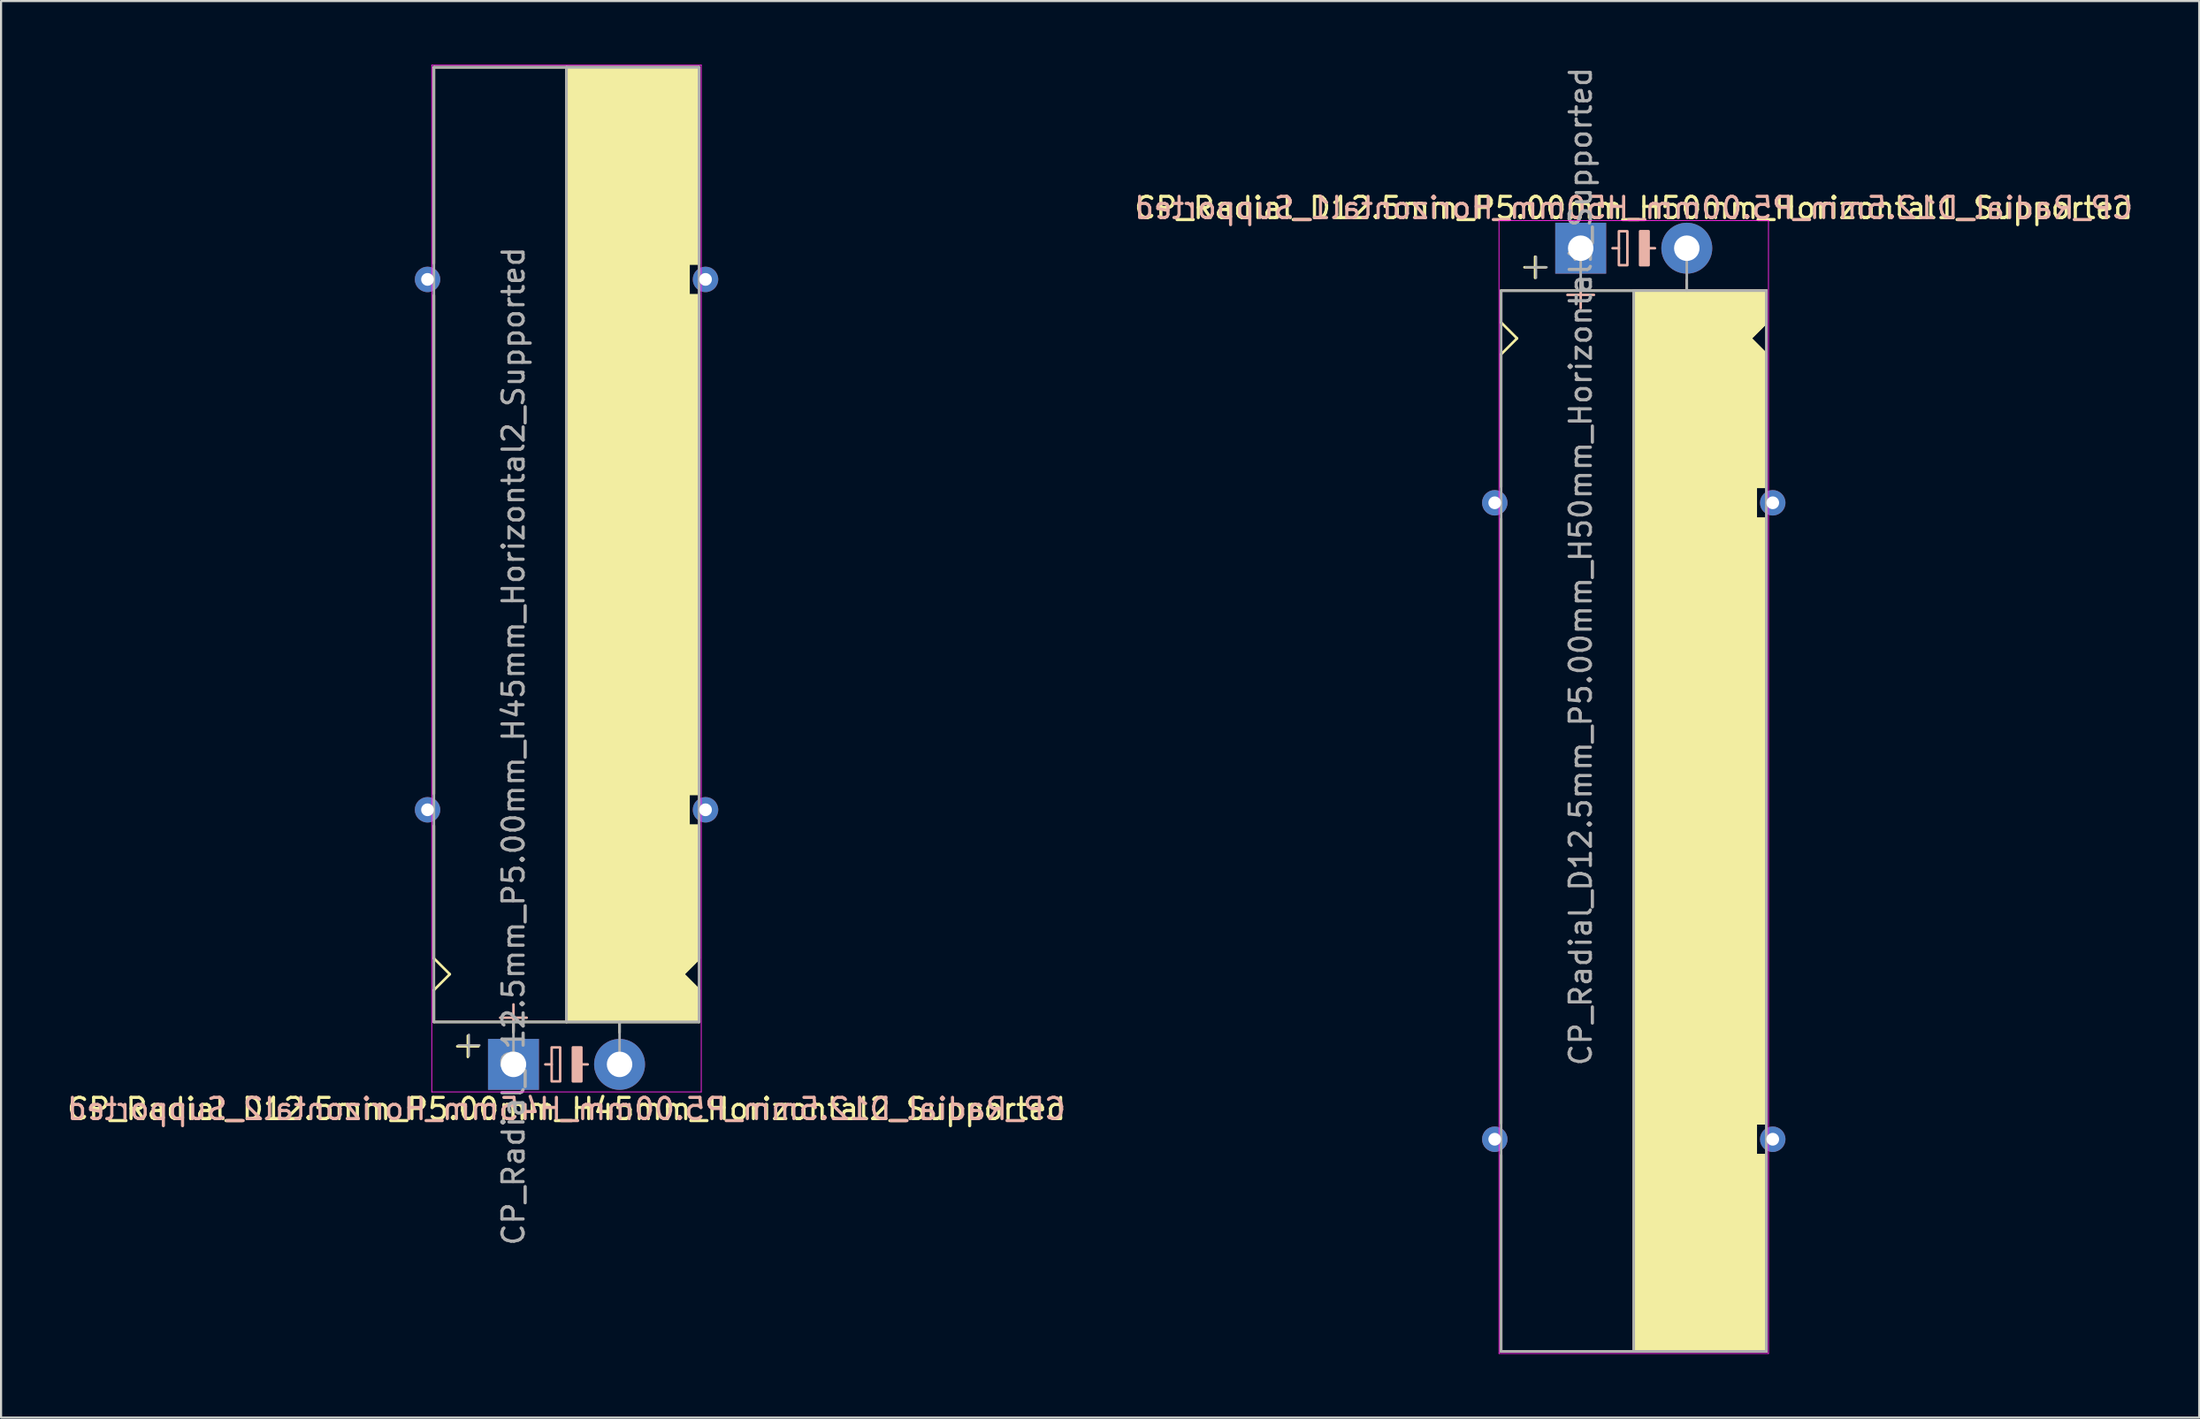
<source format=kicad_pcb>
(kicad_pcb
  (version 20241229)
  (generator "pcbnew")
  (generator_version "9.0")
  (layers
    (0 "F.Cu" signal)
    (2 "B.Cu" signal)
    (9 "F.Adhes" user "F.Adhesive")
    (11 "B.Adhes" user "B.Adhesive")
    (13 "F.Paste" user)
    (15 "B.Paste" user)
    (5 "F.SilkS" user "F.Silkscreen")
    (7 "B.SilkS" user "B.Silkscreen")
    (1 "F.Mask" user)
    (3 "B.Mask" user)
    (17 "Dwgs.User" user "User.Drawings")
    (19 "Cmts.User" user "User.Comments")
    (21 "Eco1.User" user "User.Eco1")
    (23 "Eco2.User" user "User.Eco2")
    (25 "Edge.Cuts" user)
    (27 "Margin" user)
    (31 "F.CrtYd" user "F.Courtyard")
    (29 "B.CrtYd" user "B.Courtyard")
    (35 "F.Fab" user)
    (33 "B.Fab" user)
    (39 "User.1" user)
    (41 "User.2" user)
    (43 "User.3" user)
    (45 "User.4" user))
  (footprint "CP_Radial_D12.5mm_P5.00mm_H50mm_Horizontal1_Supported"
    (layer "F.Cu")
    (at 71.446 8.649)
    (property "Reference" "CP_Radial_D12.5mm_P5.00mm_H50mm_Horizontal1_Supported" (at 2.5 -1.9 180) (layer "F.SilkS") (effects (font (size 1 1) (thickness 0.15))))
    (fp_line (start -3.75 2) (end -3.75 3.5) (stroke (width 0.12) (type solid)) (layer "F.SilkS"))
    (fp_line (start -3.75 3.5) (end -3 4.25) (stroke (width 0.12) (type solid)) (layer "F.SilkS"))
    (fp_line (start -3.75 5) (end -3.75 11.25) (stroke (width 0.12) (type solid)) (layer "F.SilkS"))
    (fp_line (start -3.75 12.75) (end -3.75 41.25) (stroke (width 0.12) (type solid)) (layer "F.SilkS"))
    (fp_line (start -3.75 52) (end -3.75 42.75) (stroke (width 0.12) (type solid)) (layer "F.SilkS"))
    (fp_line (start -3 4.25) (end -3.75 5) (stroke (width 0.12) (type solid)) (layer "F.SilkS"))
    (fp_line (start -2.15 0.4) (end -2.15 1.4) (stroke (width 0.12) (type solid)) (layer "F.SilkS"))
    (fp_line (start -1.65 0.9) (end -2.65 0.9) (stroke (width 0.12) (type solid)) (layer "F.SilkS"))
    (fp_line (start 0 1.5) (end 0 2) (stroke (width 0.12) (type solid)) (layer "F.SilkS"))
    (fp_line (start 2.5 2) (end -3.75 2) (stroke (width 0.12) (type solid)) (layer "F.SilkS"))
    (fp_line (start 2.5 2) (end 2.5 52) (stroke (width 0.12) (type solid)) (layer "F.SilkS"))
    (fp_line (start 2.5 2) (end 8.75 2) (stroke (width 0.12) (type solid)) (layer "F.SilkS"))
    (fp_line (start 5 1.5) (end 5 2) (stroke (width 0.12) (type solid)) (layer "F.SilkS"))
    (fp_line (start 8 4.25) (end 8.75 5) (stroke (width 0.12) (type solid)) (layer "F.SilkS"))
    (fp_line (start 8.25 11.25) (end 8.75 11.25) (stroke (width 0.12) (type solid)) (layer "F.SilkS"))
    (fp_line (start 8.25 12.75) (end 8.25 11.25) (stroke (width 0.12) (type solid)) (layer "F.SilkS"))
    (fp_line (start 8.25 41.25) (end 8.75 41.25) (stroke (width 0.12) (type solid)) (layer "F.SilkS"))
    (fp_line (start 8.25 42.75) (end 8.25 41.25) (stroke (width 0.12) (type solid)) (layer "F.SilkS"))
    (fp_line (start 8.75 2) (end 8.75 3.5) (stroke (width 0.12) (type solid)) (layer "F.SilkS"))
    (fp_line (start 8.75 3.5) (end 8 4.25) (stroke (width 0.12) (type solid)) (layer "F.SilkS"))
    (fp_line (start 8.75 5) (end 8.75 11.25) (stroke (width 0.12) (type solid)) (layer "F.SilkS"))
    (fp_line (start 8.75 12.75) (end 8.25 12.75) (stroke (width 0.12) (type solid)) (layer "F.SilkS"))
    (fp_line (start 8.75 12.75) (end 8.75 41.25) (stroke (width 0.12) (type solid)) (layer "F.SilkS"))
    (fp_line (start 8.75 42.75) (end 8.25 42.75) (stroke (width 0.12) (type solid)) (layer "F.SilkS"))
    (fp_line (start 8.75 52) (end -3.75 52) (stroke (width 0.12) (type solid)) (layer "F.SilkS"))
    (fp_line (start 8.75 52) (end 8.75 42.75) (stroke (width 0.12) (type solid)) (layer "F.SilkS"))
    (fp_poly (pts (xy 8.75 3.5) (xy 8 4.25) (xy 8.75 5) (xy 8.75 11.25) (xy 8.25 11.25) (xy 8.25 12.75) (xy 8.75 12.75) (xy 8.75 41.25) (xy 8.25 41.25) (xy 8.25 42.75) (xy 8.75 42.75) (xy 8.75 52) (xy 2.5 52) (xy 2.5 2) (xy 8.75 2)) (stroke (width 0.1) (type solid)) (fill yes) (layer "F.SilkS"))
    (fp_line (start 0 1.575) (end 0 2.825) (stroke (width 0.12) (type solid)) (layer "B.SilkS"))
    (fp_line (start 0.625 2.2) (end -0.625 2.2) (stroke (width 0.12) (type solid)) (layer "B.SilkS"))
    (fp_line (start 1.8 0) (end 1.5 0) (stroke (width 0.12) (type solid)) (layer "B.SilkS"))
    (fp_line (start 3.5 0) (end 3.2 0) (stroke (width 0.12) (type solid)) (layer "B.SilkS"))
    (fp_rect (start 2.2 -0.8) (end 1.8 0.8) (stroke (width 0.12) (type solid)) (fill no) (layer "B.SilkS"))
    (fp_rect (start 3.2 -0.8) (end 2.8 0.8) (stroke (width 0.12) (type solid)) (fill yes) (layer "B.SilkS"))
    (fp_line (start -3.85 -1.3) (end 8.85 -1.3) (stroke (width 0.04) (type solid)) (layer "F.CrtYd"))
    (fp_line (start -3.85 52.1) (end -3.85 -1.3) (stroke (width 0.04) (type solid)) (layer "F.CrtYd"))
    (fp_line (start 8.85 -1.3) (end 8.85 52.1) (stroke (width 0.04) (type solid)) (layer "F.CrtYd"))
    (fp_line (start 8.85 52.1) (end -3.85 52.1) (stroke (width 0.04) (type solid)) (layer "F.CrtYd"))
    (fp_line (start -3.75 2) (end -3.75 52) (stroke (width 0.12) (type solid)) (layer "F.Fab"))
    (fp_line (start -3.75 52) (end 8.75 52) (stroke (width 0.12) (type solid)) (layer "F.Fab"))
    (fp_line (start -2.6 0.9) (end -1.6 0.9) (stroke (width 0.1) (type solid)) (layer "F.Fab"))
    (fp_line (start -2.1 1.4) (end -2.1 0.4) (stroke (width 0.1) (type solid)) (layer "F.Fab"))
    (fp_line (start 0 0) (end 0 2) (stroke (width 0.12) (type solid)) (layer "F.Fab"))
    (fp_line (start 0 2) (end -3.75 2) (stroke (width 0.12) (type solid)) (layer "F.Fab"))
    (fp_line (start 2.5 2) (end 2.5 52) (stroke (width 0.12) (type solid)) (layer "F.Fab"))
    (fp_line (start 5 2) (end 5 0) (stroke (width 0.12) (type solid)) (layer "F.Fab"))
    (fp_line (start 8.75 2) (end 0 2) (stroke (width 0.12) (type solid)) (layer "F.Fab"))
    (fp_line (start 8.75 52) (end 8.75 2) (stroke (width 0.12) (type solid)) (layer "F.Fab"))
    (fp_poly (pts (xy 8.75 52) (xy 2.5 52) (xy 2.5 2) (xy 8.75 2)) (stroke (width 0.1) (type solid)) (fill no) (layer "F.Fab"))
    (fp_text user "${REFERENCE}" (at 2.5 -1.9 0) (layer "B.SilkS") (effects (font (size 1 1) (thickness 0.15)) (justify mirror)))
    (fp_text user "${REFERENCE}" (at 0 15 90) (layer "F.Fab") (effects (font (size 1 1) (thickness 0.15))))
    (pad "1" thru_hole rect (at 0 0) (size 2.4 2.4) (drill 1.2) (layers "*.Cu" "*.Mask"))
    (pad "2" thru_hole circle (at 5 0) (size 2.4 2.4) (drill 1.2) (layers "*.Cu" "*.Mask"))
    (pad "~" thru_hole circle (at -4.05 12) (size 1.2 1.2) (drill 0.6) (layers "*.Cu" "*.Mask"))
    (pad "~" thru_hole circle (at -4.05 42) (size 1.2 1.2) (drill 0.6) (layers "*.Cu" "*.Mask"))
    (pad "~" thru_hole circle (at 9.05 12) (size 1.2 1.2) (drill 0.6) (layers "*.Cu" "*.Mask"))
    (pad "~" thru_hole circle (at 9.05 42) (size 1.2 1.2) (drill 0.6) (layers "*.Cu" "*.Mask")))
  (footprint "CP_Radial_D12.5mm_P5.00mm_H45mm_Horizontal2_Supported"
    (layer "F.Cu")
    (at 21.149 47.12)
    (property "Reference" "CP_Radial_D12.5mm_P5.00mm_H45mm_Horizontal2_Supported" (at 2.5 2.1 180) (layer "F.SilkS") (effects (font (size 1 1) (thickness 0.15))))
    (fp_line (start -3.75 -47) (end -3.75 -37.75) (stroke (width 0.12) (type solid)) (layer "F.SilkS"))
    (fp_line (start -3.75 -12.75) (end -3.75 -36.25) (stroke (width 0.12) (type solid)) (layer "F.SilkS"))
    (fp_line (start -3.75 -5) (end -3.75 -11.25) (stroke (width 0.12) (type solid)) (layer "F.SilkS"))
    (fp_line (start -3.75 -3.5) (end -3 -4.25) (stroke (width 0.12) (type solid)) (layer "F.SilkS"))
    (fp_line (start -3.75 -2) (end -3.75 -3.5) (stroke (width 0.12) (type solid)) (layer "F.SilkS"))
    (fp_line (start -3 -4.25) (end -3.75 -5) (stroke (width 0.12) (type solid)) (layer "F.SilkS"))
    (fp_line (start -2.15 -1.35) (end -2.15 -0.35) (stroke (width 0.12) (type solid)) (layer "F.SilkS"))
    (fp_line (start -1.65 -0.85) (end -2.65 -0.85) (stroke (width 0.12) (type solid)) (layer "F.SilkS"))
    (fp_line (start 0 -1.5) (end 0 -2) (stroke (width 0.12) (type solid)) (layer "F.SilkS"))
    (fp_line (start 2.5 -2) (end -3.75 -2) (stroke (width 0.12) (type solid)) (layer "F.SilkS"))
    (fp_line (start 2.5 -2) (end 2.5 -47) (stroke (width 0.12) (type solid)) (layer "F.SilkS"))
    (fp_line (start 2.5 -2) (end 8.75 -2) (stroke (width 0.12) (type solid)) (layer "F.SilkS"))
    (fp_line (start 5 -1.5) (end 5 -2) (stroke (width 0.12) (type solid)) (layer "F.SilkS"))
    (fp_line (start 8 -4.25) (end 8.75 -5) (stroke (width 0.12) (type solid)) (layer "F.SilkS"))
    (fp_line (start 8.25 -37.75) (end 8.25 -36.25) (stroke (width 0.12) (type solid)) (layer "F.SilkS"))
    (fp_line (start 8.25 -36.25) (end 8.75 -36.25) (stroke (width 0.12) (type solid)) (layer "F.SilkS"))
    (fp_line (start 8.25 -12.75) (end 8.25 -11.25) (stroke (width 0.12) (type solid)) (layer "F.SilkS"))
    (fp_line (start 8.25 -11.25) (end 8.75 -11.25) (stroke (width 0.12) (type solid)) (layer "F.SilkS"))
    (fp_line (start 8.75 -47) (end -3.75 -47) (stroke (width 0.12) (type solid)) (layer "F.SilkS"))
    (fp_line (start 8.75 -47) (end 8.75 -37.75) (stroke (width 0.12) (type solid)) (layer "F.SilkS"))
    (fp_line (start 8.75 -37.75) (end 8.25 -37.75) (stroke (width 0.12) (type solid)) (layer "F.SilkS"))
    (fp_line (start 8.75 -12.75) (end 8.25 -12.75) (stroke (width 0.12) (type solid)) (layer "F.SilkS"))
    (fp_line (start 8.75 -12.75) (end 8.75 -36.25) (stroke (width 0.12) (type solid)) (layer "F.SilkS"))
    (fp_line (start 8.75 -5) (end 8.75 -11.25) (stroke (width 0.12) (type solid)) (layer "F.SilkS"))
    (fp_line (start 8.75 -3.5) (end 8 -4.25) (stroke (width 0.12) (type solid)) (layer "F.SilkS"))
    (fp_line (start 8.75 -2) (end 8.75 -3.5) (stroke (width 0.12) (type solid)) (layer "F.SilkS"))
    (fp_poly (pts (xy 8.75 -3.5) (xy 8 -4.25) (xy 8.75 -5) (xy 8.75 -11.25) (xy 8.25 -11.25) (xy 8.25 -12.75) (xy 8.75 -12.75) (xy 8.75 -36.25) (xy 8.25 -36.25) (xy 8.25 -37.75) (xy 8.75 -37.75) (xy 8.75 -47) (xy 2.5 -47) (xy 2.5 -2) (xy 8.75 -2)) (stroke (width 0.1) (type solid)) (fill yes) (layer "F.SilkS"))
    (fp_line (start 0 -2.825) (end 0 -1.575) (stroke (width 0.12) (type solid)) (layer "B.SilkS"))
    (fp_line (start 0.625 -2.2) (end -0.625 -2.2) (stroke (width 0.12) (type solid)) (layer "B.SilkS"))
    (fp_line (start 1.8 0) (end 1.5 0) (stroke (width 0.12) (type solid)) (layer "B.SilkS"))
    (fp_line (start 3.5 0) (end 3.2 0) (stroke (width 0.12) (type solid)) (layer "B.SilkS"))
    (fp_rect (start 2.2 -0.8) (end 1.8 0.8) (stroke (width 0.12) (type solid)) (fill no) (layer "B.SilkS"))
    (fp_rect (start 3.2 -0.8) (end 2.8 0.8) (stroke (width 0.12) (type solid)) (fill yes) (layer "B.SilkS"))
    (fp_line (start -3.85 -47.1) (end -3.85 1.3) (stroke (width 0.04) (type solid)) (layer "F.CrtYd"))
    (fp_line (start 8.85 -47.1) (end -3.85 -47.1) (stroke (width 0.04) (type solid)) (layer "F.CrtYd"))
    (fp_line (start 8.85 1.3) (end -3.85 1.3) (stroke (width 0.04) (type solid)) (layer "F.CrtYd"))
    (fp_line (start 8.85 1.3) (end 8.85 -47.1) (stroke (width 0.04) (type solid)) (layer "F.CrtYd"))
    (fp_line (start -3.75 -47) (end 8.75 -47) (stroke (width 0.12) (type solid)) (layer "F.Fab"))
    (fp_line (start -3.75 -2) (end -3.75 -47) (stroke (width 0.12) (type solid)) (layer "F.Fab"))
    (fp_line (start -2.6 -0.9) (end -1.6 -0.9) (stroke (width 0.1) (type solid)) (layer "F.Fab"))
    (fp_line (start -2.1 -0.4) (end -2.1 -1.4) (stroke (width 0.1) (type solid)) (layer "F.Fab"))
    (fp_line (start 0 -2) (end -3.75 -2) (stroke (width 0.12) (type solid)) (layer "F.Fab"))
    (fp_line (start 0 0) (end 0 -2) (stroke (width 0.12) (type solid)) (layer "F.Fab"))
    (fp_line (start 2.5 -2) (end 2.5 -47) (stroke (width 0.12) (type solid)) (layer "F.Fab"))
    (fp_line (start 5 -2) (end 5 0) (stroke (width 0.12) (type solid)) (layer "F.Fab"))
    (fp_line (start 8.75 -47) (end 8.75 -2) (stroke (width 0.12) (type solid)) (layer "F.Fab"))
    (fp_line (start 8.75 -2) (end 0 -2) (stroke (width 0.12) (type solid)) (layer "F.Fab"))
    (fp_poly (pts (xy 8.75 -47) (xy 2.5 -47) (xy 2.5 -2) (xy 8.75 -2)) (stroke (width 0.1) (type solid)) (fill no) (layer "F.Fab"))
    (fp_text user "${REFERENCE}" (at 2.5 2.1 0) (layer "B.SilkS") (effects (font (size 1 1) (thickness 0.15)) (justify mirror)))
    (fp_text user "${REFERENCE}" (at 0 -15 90) (layer "F.Fab") (effects (font (size 1 1) (thickness 0.15))))
    (pad "1" thru_hole rect (at 0 0) (size 2.4 2.4) (drill 1.2) (layers "*.Cu" "*.Mask"))
    (pad "2" thru_hole circle (at 5 0) (size 2.4 2.4) (drill 1.2) (layers "*.Cu" "*.Mask"))
    (pad "~" thru_hole circle (at -4.05 -37 180) (size 1.2 1.2) (drill 0.6) (layers "*.Cu" "*.Mask"))
    (pad "~" thru_hole circle (at -4.05 -12 180) (size 1.2 1.2) (drill 0.6) (layers "*.Cu" "*.Mask"))
    (pad "~" thru_hole circle (at 9.05 -37 180) (size 1.2 1.2) (drill 0.6) (layers "*.Cu" "*.Mask"))
    (pad "~" thru_hole circle (at 9.05 -12 180) (size 1.2 1.2) (drill 0.6) (layers "*.Cu" "*.Mask")))
  (gr_rect
    (start -3 -3)
    (end 100.595 63.769)
    (stroke (width 0.1) (type default))
    (fill no)
    (layer "Edge.Cuts")))
</source>
